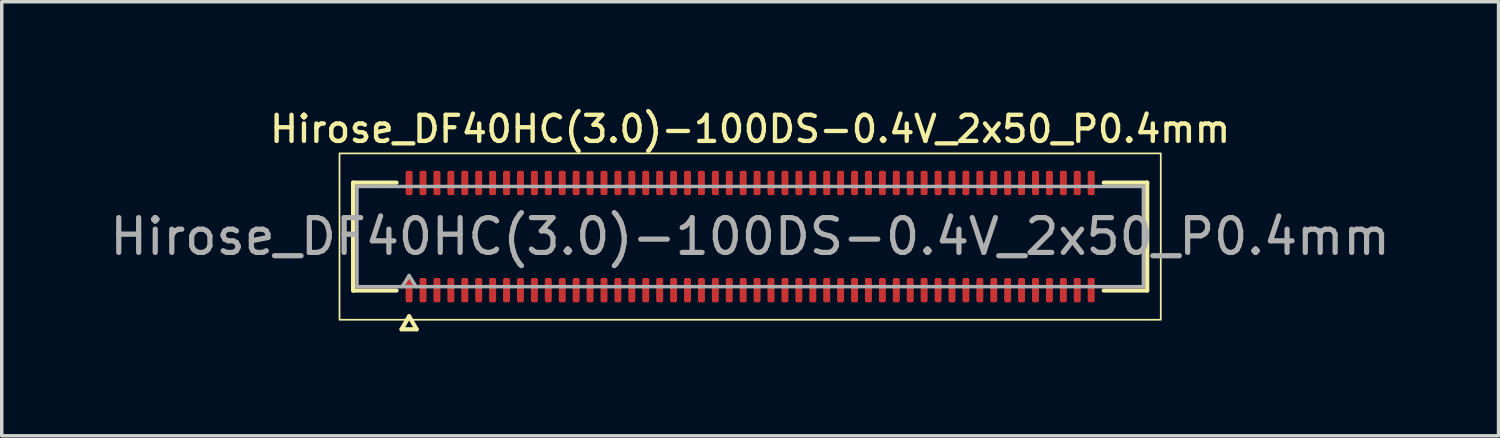
<source format=kicad_pcb>
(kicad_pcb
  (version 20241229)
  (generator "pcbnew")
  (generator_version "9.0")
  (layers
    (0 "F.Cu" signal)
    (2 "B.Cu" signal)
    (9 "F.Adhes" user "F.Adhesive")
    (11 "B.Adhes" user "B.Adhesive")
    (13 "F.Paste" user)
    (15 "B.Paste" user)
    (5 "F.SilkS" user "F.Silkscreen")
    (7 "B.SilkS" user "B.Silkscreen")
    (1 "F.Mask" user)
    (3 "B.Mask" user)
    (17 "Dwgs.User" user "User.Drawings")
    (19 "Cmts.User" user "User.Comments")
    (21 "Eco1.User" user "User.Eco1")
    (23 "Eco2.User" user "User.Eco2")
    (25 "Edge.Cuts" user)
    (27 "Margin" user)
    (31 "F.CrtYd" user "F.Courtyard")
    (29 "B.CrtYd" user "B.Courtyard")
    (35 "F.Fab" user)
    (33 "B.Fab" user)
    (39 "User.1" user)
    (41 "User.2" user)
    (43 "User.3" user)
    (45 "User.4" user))
  (footprint "Hirose_DF40HC(3.0)-100DS-0.4V_2x50_P0.4mm"
    (layer "F.Cu")
    (at 18.506 3.748)
    (property "Reference" "Hirose_DF40HC(3.0)-100DS-0.4V_2x50_P0.4mm" (at 0 -3.09 0) (layer "F.SilkS") (effects (font (size 0.75 0.75) (thickness 0.125))))
    (attr smd)
    (fp_line (start -11.41 -1.55) (end -10.16 -1.55) (stroke (width 0.12) (type solid)) (layer "F.SilkS"))
    (fp_line (start -11.41 1.55) (end -11.41 -1.55) (stroke (width 0.12) (type solid)) (layer "F.SilkS"))
    (fp_line (start -10.16 1.55) (end -11.41 1.55) (stroke (width 0.12) (type solid)) (layer "F.SilkS"))
    (fp_line (start -10.017 2.665) (end -9.8 2.29) (stroke (width 0.12) (type solid)) (layer "F.SilkS"))
    (fp_line (start -9.8 2.29) (end -9.583 2.665) (stroke (width 0.12) (type solid)) (layer "F.SilkS"))
    (fp_line (start -9.583 2.665) (end -10.017 2.665) (stroke (width 0.12) (type solid)) (layer "F.SilkS"))
    (fp_line (start 10.16 -1.55) (end 11.41 -1.55) (stroke (width 0.12) (type solid)) (layer "F.SilkS"))
    (fp_line (start 11.41 -1.55) (end 11.41 1.55) (stroke (width 0.12) (type solid)) (layer "F.SilkS"))
    (fp_line (start 11.41 1.55) (end 10.16 1.55) (stroke (width 0.12) (type solid)) (layer "F.SilkS"))
    (fp_rect (start -11.8 -2.39) (end 11.8 2.39) (stroke (width 0.05) (type solid)) (fill no) (layer "F.SilkS"))
    (fp_line (start -11.3 -1.44) (end 11.3 -1.44) (stroke (width 0.1) (type solid)) (layer "F.Fab"))
    (fp_line (start -11.3 1.44) (end -11.3 -1.44) (stroke (width 0.1) (type solid)) (layer "F.Fab"))
    (fp_line (start -10 1.44) (end -9.8 1.12) (stroke (width 0.1) (type solid)) (layer "F.Fab"))
    (fp_line (start -9.8 1.12) (end -9.6 1.44) (stroke (width 0.1) (type solid)) (layer "F.Fab"))
    (fp_line (start 11.3 -1.44) (end 11.3 1.44) (stroke (width 0.1) (type solid)) (layer "F.Fab"))
    (fp_line (start 11.3 1.44) (end -11.3 1.44) (stroke (width 0.1) (type solid)) (layer "F.Fab"))
    (fp_text user "${REFERENCE}" (at 0 0 0) (layer "F.Fab") (effects (font (size 1 1) (thickness 0.15))))
    (pad "1" smd roundrect (at -9.8 1.54) (size 0.2 0.7) (layers "F.Cu" "F.Mask" "F.Paste") (roundrect_rratio 0.25))
    (pad "2" smd roundrect (at -9.8 -1.54) (size 0.2 0.7) (layers "F.Cu" "F.Mask" "F.Paste") (roundrect_rratio 0.25))
    (pad "3" smd roundrect (at -9.4 1.54) (size 0.2 0.7) (layers "F.Cu" "F.Mask" "F.Paste") (roundrect_rratio 0.25))
    (pad "4" smd roundrect (at -9.4 -1.54) (size 0.2 0.7) (layers "F.Cu" "F.Mask" "F.Paste") (roundrect_rratio 0.25))
    (pad "5" smd roundrect (at -9 1.54) (size 0.2 0.7) (layers "F.Cu" "F.Mask" "F.Paste") (roundrect_rratio 0.25))
    (pad "6" smd roundrect (at -9 -1.54) (size 0.2 0.7) (layers "F.Cu" "F.Mask" "F.Paste") (roundrect_rratio 0.25))
    (pad "7" smd roundrect (at -8.6 1.54) (size 0.2 0.7) (layers "F.Cu" "F.Mask" "F.Paste") (roundrect_rratio 0.25))
    (pad "8" smd roundrect (at -8.6 -1.54) (size 0.2 0.7) (layers "F.Cu" "F.Mask" "F.Paste") (roundrect_rratio 0.25))
    (pad "9" smd roundrect (at -8.2 1.54) (size 0.2 0.7) (layers "F.Cu" "F.Mask" "F.Paste") (roundrect_rratio 0.25))
    (pad "10" smd roundrect (at -8.2 -1.54) (size 0.2 0.7) (layers "F.Cu" "F.Mask" "F.Paste") (roundrect_rratio 0.25))
    (pad "11" smd roundrect (at -7.8 1.54) (size 0.2 0.7) (layers "F.Cu" "F.Mask" "F.Paste") (roundrect_rratio 0.25))
    (pad "12" smd roundrect (at -7.8 -1.54) (size 0.2 0.7) (layers "F.Cu" "F.Mask" "F.Paste") (roundrect_rratio 0.25))
    (pad "13" smd roundrect (at -7.4 1.54) (size 0.2 0.7) (layers "F.Cu" "F.Mask" "F.Paste") (roundrect_rratio 0.25))
    (pad "14" smd roundrect (at -7.4 -1.54) (size 0.2 0.7) (layers "F.Cu" "F.Mask" "F.Paste") (roundrect_rratio 0.25))
    (pad "15" smd roundrect (at -7 1.54) (size 0.2 0.7) (layers "F.Cu" "F.Mask" "F.Paste") (roundrect_rratio 0.25))
    (pad "16" smd roundrect (at -7 -1.54) (size 0.2 0.7) (layers "F.Cu" "F.Mask" "F.Paste") (roundrect_rratio 0.25))
    (pad "17" smd roundrect (at -6.6 1.54) (size 0.2 0.7) (layers "F.Cu" "F.Mask" "F.Paste") (roundrect_rratio 0.25))
    (pad "18" smd roundrect (at -6.6 -1.54) (size 0.2 0.7) (layers "F.Cu" "F.Mask" "F.Paste") (roundrect_rratio 0.25))
    (pad "19" smd roundrect (at -6.2 1.54) (size 0.2 0.7) (layers "F.Cu" "F.Mask" "F.Paste") (roundrect_rratio 0.25))
    (pad "20" smd roundrect (at -6.2 -1.54) (size 0.2 0.7) (layers "F.Cu" "F.Mask" "F.Paste") (roundrect_rratio 0.25))
    (pad "21" smd roundrect (at -5.8 1.54) (size 0.2 0.7) (layers "F.Cu" "F.Mask" "F.Paste") (roundrect_rratio 0.25))
    (pad "22" smd roundrect (at -5.8 -1.54) (size 0.2 0.7) (layers "F.Cu" "F.Mask" "F.Paste") (roundrect_rratio 0.25))
    (pad "23" smd roundrect (at -5.4 1.54) (size 0.2 0.7) (layers "F.Cu" "F.Mask" "F.Paste") (roundrect_rratio 0.25))
    (pad "24" smd roundrect (at -5.4 -1.54) (size 0.2 0.7) (layers "F.Cu" "F.Mask" "F.Paste") (roundrect_rratio 0.25))
    (pad "25" smd roundrect (at -5 1.54) (size 0.2 0.7) (layers "F.Cu" "F.Mask" "F.Paste") (roundrect_rratio 0.25))
    (pad "26" smd roundrect (at -5 -1.54) (size 0.2 0.7) (layers "F.Cu" "F.Mask" "F.Paste") (roundrect_rratio 0.25))
    (pad "27" smd roundrect (at -4.6 1.54) (size 0.2 0.7) (layers "F.Cu" "F.Mask" "F.Paste") (roundrect_rratio 0.25))
    (pad "28" smd roundrect (at -4.6 -1.54) (size 0.2 0.7) (layers "F.Cu" "F.Mask" "F.Paste") (roundrect_rratio 0.25))
    (pad "29" smd roundrect (at -4.2 1.54) (size 0.2 0.7) (layers "F.Cu" "F.Mask" "F.Paste") (roundrect_rratio 0.25))
    (pad "30" smd roundrect (at -4.2 -1.54) (size 0.2 0.7) (layers "F.Cu" "F.Mask" "F.Paste") (roundrect_rratio 0.25))
    (pad "31" smd roundrect (at -3.8 1.54) (size 0.2 0.7) (layers "F.Cu" "F.Mask" "F.Paste") (roundrect_rratio 0.25))
    (pad "32" smd roundrect (at -3.8 -1.54) (size 0.2 0.7) (layers "F.Cu" "F.Mask" "F.Paste") (roundrect_rratio 0.25))
    (pad "33" smd roundrect (at -3.4 1.54) (size 0.2 0.7) (layers "F.Cu" "F.Mask" "F.Paste") (roundrect_rratio 0.25))
    (pad "34" smd roundrect (at -3.4 -1.54) (size 0.2 0.7) (layers "F.Cu" "F.Mask" "F.Paste") (roundrect_rratio 0.25))
    (pad "35" smd roundrect (at -3 1.54) (size 0.2 0.7) (layers "F.Cu" "F.Mask" "F.Paste") (roundrect_rratio 0.25))
    (pad "36" smd roundrect (at -3 -1.54) (size 0.2 0.7) (layers "F.Cu" "F.Mask" "F.Paste") (roundrect_rratio 0.25))
    (pad "37" smd roundrect (at -2.6 1.54) (size 0.2 0.7) (layers "F.Cu" "F.Mask" "F.Paste") (roundrect_rratio 0.25))
    (pad "38" smd roundrect (at -2.6 -1.54) (size 0.2 0.7) (layers "F.Cu" "F.Mask" "F.Paste") (roundrect_rratio 0.25))
    (pad "39" smd roundrect (at -2.2 1.54) (size 0.2 0.7) (layers "F.Cu" "F.Mask" "F.Paste") (roundrect_rratio 0.25))
    (pad "40" smd roundrect (at -2.2 -1.54) (size 0.2 0.7) (layers "F.Cu" "F.Mask" "F.Paste") (roundrect_rratio 0.25))
    (pad "41" smd roundrect (at -1.8 1.54) (size 0.2 0.7) (layers "F.Cu" "F.Mask" "F.Paste") (roundrect_rratio 0.25))
    (pad "42" smd roundrect (at -1.8 -1.54) (size 0.2 0.7) (layers "F.Cu" "F.Mask" "F.Paste") (roundrect_rratio 0.25))
    (pad "43" smd roundrect (at -1.4 1.54) (size 0.2 0.7) (layers "F.Cu" "F.Mask" "F.Paste") (roundrect_rratio 0.25))
    (pad "44" smd roundrect (at -1.4 -1.54) (size 0.2 0.7) (layers "F.Cu" "F.Mask" "F.Paste") (roundrect_rratio 0.25))
    (pad "45" smd roundrect (at -1 1.54) (size 0.2 0.7) (layers "F.Cu" "F.Mask" "F.Paste") (roundrect_rratio 0.25))
    (pad "46" smd roundrect (at -1 -1.54) (size 0.2 0.7) (layers "F.Cu" "F.Mask" "F.Paste") (roundrect_rratio 0.25))
    (pad "47" smd roundrect (at -0.6 1.54) (size 0.2 0.7) (layers "F.Cu" "F.Mask" "F.Paste") (roundrect_rratio 0.25))
    (pad "48" smd roundrect (at -0.6 -1.54) (size 0.2 0.7) (layers "F.Cu" "F.Mask" "F.Paste") (roundrect_rratio 0.25))
    (pad "49" smd roundrect (at -0.2 1.54) (size 0.2 0.7) (layers "F.Cu" "F.Mask" "F.Paste") (roundrect_rratio 0.25))
    (pad "50" smd roundrect (at -0.2 -1.54) (size 0.2 0.7) (layers "F.Cu" "F.Mask" "F.Paste") (roundrect_rratio 0.25))
    (pad "51" smd roundrect (at 0.2 1.54) (size 0.2 0.7) (layers "F.Cu" "F.Mask" "F.Paste") (roundrect_rratio 0.25))
    (pad "52" smd roundrect (at 0.2 -1.54) (size 0.2 0.7) (layers "F.Cu" "F.Mask" "F.Paste") (roundrect_rratio 0.25))
    (pad "53" smd roundrect (at 0.6 1.54) (size 0.2 0.7) (layers "F.Cu" "F.Mask" "F.Paste") (roundrect_rratio 0.25))
    (pad "54" smd roundrect (at 0.6 -1.54) (size 0.2 0.7) (layers "F.Cu" "F.Mask" "F.Paste") (roundrect_rratio 0.25))
    (pad "55" smd roundrect (at 1 1.54) (size 0.2 0.7) (layers "F.Cu" "F.Mask" "F.Paste") (roundrect_rratio 0.25))
    (pad "56" smd roundrect (at 1 -1.54) (size 0.2 0.7) (layers "F.Cu" "F.Mask" "F.Paste") (roundrect_rratio 0.25))
    (pad "57" smd roundrect (at 1.4 1.54) (size 0.2 0.7) (layers "F.Cu" "F.Mask" "F.Paste") (roundrect_rratio 0.25))
    (pad "58" smd roundrect (at 1.4 -1.54) (size 0.2 0.7) (layers "F.Cu" "F.Mask" "F.Paste") (roundrect_rratio 0.25))
    (pad "59" smd roundrect (at 1.8 1.54) (size 0.2 0.7) (layers "F.Cu" "F.Mask" "F.Paste") (roundrect_rratio 0.25))
    (pad "60" smd roundrect (at 1.8 -1.54) (size 0.2 0.7) (layers "F.Cu" "F.Mask" "F.Paste") (roundrect_rratio 0.25))
    (pad "61" smd roundrect (at 2.2 1.54) (size 0.2 0.7) (layers "F.Cu" "F.Mask" "F.Paste") (roundrect_rratio 0.25))
    (pad "62" smd roundrect (at 2.2 -1.54) (size 0.2 0.7) (layers "F.Cu" "F.Mask" "F.Paste") (roundrect_rratio 0.25))
    (pad "63" smd roundrect (at 2.6 1.54) (size 0.2 0.7) (layers "F.Cu" "F.Mask" "F.Paste") (roundrect_rratio 0.25))
    (pad "64" smd roundrect (at 2.6 -1.54) (size 0.2 0.7) (layers "F.Cu" "F.Mask" "F.Paste") (roundrect_rratio 0.25))
    (pad "65" smd roundrect (at 3 1.54) (size 0.2 0.7) (layers "F.Cu" "F.Mask" "F.Paste") (roundrect_rratio 0.25))
    (pad "66" smd roundrect (at 3 -1.54) (size 0.2 0.7) (layers "F.Cu" "F.Mask" "F.Paste") (roundrect_rratio 0.25))
    (pad "67" smd roundrect (at 3.4 1.54) (size 0.2 0.7) (layers "F.Cu" "F.Mask" "F.Paste") (roundrect_rratio 0.25))
    (pad "68" smd roundrect (at 3.4 -1.54) (size 0.2 0.7) (layers "F.Cu" "F.Mask" "F.Paste") (roundrect_rratio 0.25))
    (pad "69" smd roundrect (at 3.8 1.54) (size 0.2 0.7) (layers "F.Cu" "F.Mask" "F.Paste") (roundrect_rratio 0.25))
    (pad "70" smd roundrect (at 3.8 -1.54) (size 0.2 0.7) (layers "F.Cu" "F.Mask" "F.Paste") (roundrect_rratio 0.25))
    (pad "71" smd roundrect (at 4.2 1.54) (size 0.2 0.7) (layers "F.Cu" "F.Mask" "F.Paste") (roundrect_rratio 0.25))
    (pad "72" smd roundrect (at 4.2 -1.54) (size 0.2 0.7) (layers "F.Cu" "F.Mask" "F.Paste") (roundrect_rratio 0.25))
    (pad "73" smd roundrect (at 4.6 1.54) (size 0.2 0.7) (layers "F.Cu" "F.Mask" "F.Paste") (roundrect_rratio 0.25))
    (pad "74" smd roundrect (at 4.6 -1.54) (size 0.2 0.7) (layers "F.Cu" "F.Mask" "F.Paste") (roundrect_rratio 0.25))
    (pad "75" smd roundrect (at 5 1.54) (size 0.2 0.7) (layers "F.Cu" "F.Mask" "F.Paste") (roundrect_rratio 0.25))
    (pad "76" smd roundrect (at 5 -1.54) (size 0.2 0.7) (layers "F.Cu" "F.Mask" "F.Paste") (roundrect_rratio 0.25))
    (pad "77" smd roundrect (at 5.4 1.54) (size 0.2 0.7) (layers "F.Cu" "F.Mask" "F.Paste") (roundrect_rratio 0.25))
    (pad "78" smd roundrect (at 5.4 -1.54) (size 0.2 0.7) (layers "F.Cu" "F.Mask" "F.Paste") (roundrect_rratio 0.25))
    (pad "79" smd roundrect (at 5.8 1.54) (size 0.2 0.7) (layers "F.Cu" "F.Mask" "F.Paste") (roundrect_rratio 0.25))
    (pad "80" smd roundrect (at 5.8 -1.54) (size 0.2 0.7) (layers "F.Cu" "F.Mask" "F.Paste") (roundrect_rratio 0.25))
    (pad "81" smd roundrect (at 6.2 1.54) (size 0.2 0.7) (layers "F.Cu" "F.Mask" "F.Paste") (roundrect_rratio 0.25))
    (pad "82" smd roundrect (at 6.2 -1.54) (size 0.2 0.7) (layers "F.Cu" "F.Mask" "F.Paste") (roundrect_rratio 0.25))
    (pad "83" smd roundrect (at 6.6 1.54) (size 0.2 0.7) (layers "F.Cu" "F.Mask" "F.Paste") (roundrect_rratio 0.25))
    (pad "84" smd roundrect (at 6.6 -1.54) (size 0.2 0.7) (layers "F.Cu" "F.Mask" "F.Paste") (roundrect_rratio 0.25))
    (pad "85" smd roundrect (at 7 1.54) (size 0.2 0.7) (layers "F.Cu" "F.Mask" "F.Paste") (roundrect_rratio 0.25))
    (pad "86" smd roundrect (at 7 -1.54) (size 0.2 0.7) (layers "F.Cu" "F.Mask" "F.Paste") (roundrect_rratio 0.25))
    (pad "87" smd roundrect (at 7.4 1.54) (size 0.2 0.7) (layers "F.Cu" "F.Mask" "F.Paste") (roundrect_rratio 0.25))
    (pad "88" smd roundrect (at 7.4 -1.54) (size 0.2 0.7) (layers "F.Cu" "F.Mask" "F.Paste") (roundrect_rratio 0.25))
    (pad "89" smd roundrect (at 7.8 1.54) (size 0.2 0.7) (layers "F.Cu" "F.Mask" "F.Paste") (roundrect_rratio 0.25))
    (pad "90" smd roundrect (at 7.8 -1.54) (size 0.2 0.7) (layers "F.Cu" "F.Mask" "F.Paste") (roundrect_rratio 0.25))
    (pad "91" smd roundrect (at 8.2 1.54) (size 0.2 0.7) (layers "F.Cu" "F.Mask" "F.Paste") (roundrect_rratio 0.25))
    (pad "92" smd roundrect (at 8.2 -1.54) (size 0.2 0.7) (layers "F.Cu" "F.Mask" "F.Paste") (roundrect_rratio 0.25))
    (pad "93" smd roundrect (at 8.6 1.54) (size 0.2 0.7) (layers "F.Cu" "F.Mask" "F.Paste") (roundrect_rratio 0.25))
    (pad "94" smd roundrect (at 8.6 -1.54) (size 0.2 0.7) (layers "F.Cu" "F.Mask" "F.Paste") (roundrect_rratio 0.25))
    (pad "95" smd roundrect (at 9 1.54) (size 0.2 0.7) (layers "F.Cu" "F.Mask" "F.Paste") (roundrect_rratio 0.25))
    (pad "96" smd roundrect (at 9 -1.54) (size 0.2 0.7) (layers "F.Cu" "F.Mask" "F.Paste") (roundrect_rratio 0.25))
    (pad "97" smd roundrect (at 9.4 1.54) (size 0.2 0.7) (layers "F.Cu" "F.Mask" "F.Paste") (roundrect_rratio 0.25))
    (pad "98" smd roundrect (at 9.4 -1.54) (size 0.2 0.7) (layers "F.Cu" "F.Mask" "F.Paste") (roundrect_rratio 0.25))
    (pad "99" smd roundrect (at 9.8 1.54) (size 0.2 0.7) (layers "F.Cu" "F.Mask" "F.Paste") (roundrect_rratio 0.25))
    (pad "100" smd roundrect (at 9.8 -1.54) (size 0.2 0.7) (layers "F.Cu" "F.Mask" "F.Paste") (roundrect_rratio 0.25)))
  (gr_rect
    (start -3 -3)
    (end 40.012 9.473)
    (stroke (width 0.1) (type default))
    (fill no)
    (layer "Edge.Cuts")))
</source>
